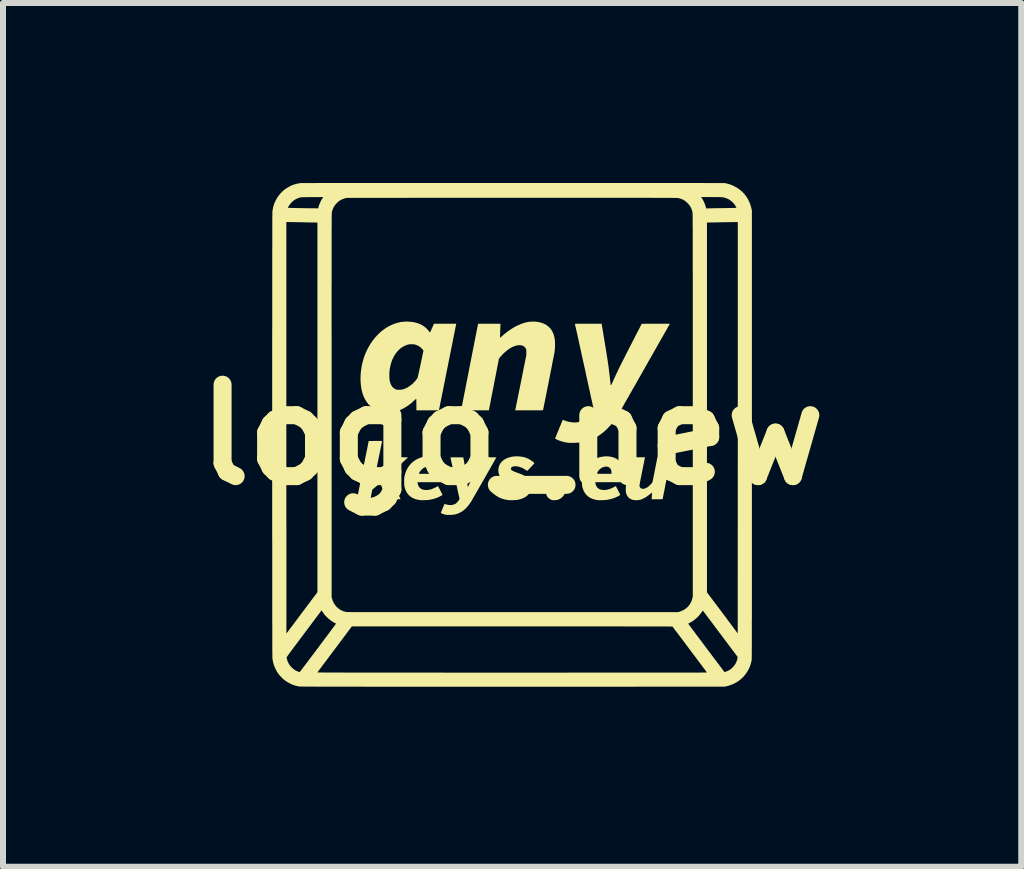
<source format=kicad_pcb>
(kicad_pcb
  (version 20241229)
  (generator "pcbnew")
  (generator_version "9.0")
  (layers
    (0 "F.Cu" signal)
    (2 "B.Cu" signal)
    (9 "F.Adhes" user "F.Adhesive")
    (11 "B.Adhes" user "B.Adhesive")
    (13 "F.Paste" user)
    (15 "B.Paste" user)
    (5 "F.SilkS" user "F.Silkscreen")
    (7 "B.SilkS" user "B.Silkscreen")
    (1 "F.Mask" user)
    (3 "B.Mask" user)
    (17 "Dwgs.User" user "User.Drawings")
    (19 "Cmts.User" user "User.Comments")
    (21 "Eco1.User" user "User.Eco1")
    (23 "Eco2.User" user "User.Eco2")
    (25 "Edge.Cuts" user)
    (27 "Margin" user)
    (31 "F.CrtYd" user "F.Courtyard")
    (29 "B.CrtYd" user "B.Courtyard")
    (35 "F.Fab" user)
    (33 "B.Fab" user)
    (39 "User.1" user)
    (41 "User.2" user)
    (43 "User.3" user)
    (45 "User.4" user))
  (footprint "logo_new"
    (layer "F.Cu")
    (at 5.486 4.197)
    (property "Reference" "logo_new" (at 0 0 180) (layer "F.SilkS") (effects (font (size 1.524 1.524) (thickness 0.3))))
    (attr through_hole)
    (fp_poly (pts (xy 0.786 0.751) (xy 0.805 0.756) (xy 0.822 0.764) (xy 0.843 0.778) (xy 0.861 0.796) (xy 0.876 0.817) (xy 0.886 0.842) (xy 0.893 0.868) (xy 0.895 0.897) (xy 0.893 0.927) (xy 0.889 0.95) (xy 0.878 0.979) (xy 0.863 1.006) (xy 0.844 1.031) (xy 0.821 1.052) (xy 0.796 1.069) (xy 0.768 1.082) (xy 0.757 1.085) (xy 0.744 1.088) (xy 0.729 1.089) (xy 0.711 1.091) (xy 0.695 1.091) (xy 0.68 1.09) (xy 0.671 1.089) (xy 0.651 1.083) (xy 0.631 1.072) (xy 0.612 1.059) (xy 0.602 1.05) (xy 0.585 1.028) (xy 0.573 1.004) (xy 0.566 0.978) (xy 0.563 0.948) (xy 0.563 0.943) (xy 0.565 0.914) (xy 0.57 0.888) (xy 0.579 0.862) (xy 0.584 0.852) (xy 0.601 0.824) (xy 0.622 0.8) (xy 0.646 0.78) (xy 0.673 0.765) (xy 0.704 0.755) (xy 0.736 0.749) (xy 0.742 0.749) (xy 0.766 0.749)) (stroke (width 0) (type solid)) (fill yes) (layer "F.SilkS"))
    (fp_poly (pts (xy -1.371 0.36) (xy -1.331 0.364) (xy -1.293 0.372) (xy -1.257 0.384) (xy -1.224 0.4) (xy -1.203 0.414) (xy -1.176 0.437) (xy -1.153 0.465) (xy -1.134 0.496) (xy -1.119 0.53) (xy -1.109 0.566) (xy -1.108 0.572) (xy -1.104 0.599) (xy -1.103 0.63) (xy -1.104 0.664) (xy -1.108 0.698) (xy -1.113 0.733) (xy -1.12 0.766) (xy -1.121 0.769) (xy -1.127 0.791) (xy -1.576 0.791) (xy -1.575 0.806) (xy -1.569 0.832) (xy -1.559 0.856) (xy -1.546 0.876) (xy -1.528 0.893) (xy -1.508 0.906) (xy -1.498 0.91) (xy -1.467 0.918) (xy -1.433 0.921) (xy -1.398 0.919) (xy -1.361 0.912) (xy -1.324 0.899) (xy -1.285 0.882) (xy -1.262 0.87) (xy -1.251 0.864) (xy -1.243 0.86) (xy -1.237 0.857) (xy -1.235 0.856) (xy -1.233 0.858) (xy -1.23 0.865) (xy -1.224 0.875) (xy -1.217 0.889) (xy -1.209 0.904) (xy -1.201 0.92) (xy -1.193 0.936) (xy -1.184 0.953) (xy -1.177 0.968) (xy -1.17 0.981) (xy -1.165 0.992) (xy -1.162 0.999) (xy -1.16 1.002) (xy -1.163 1.004) (xy -1.169 1.008) (xy -1.178 1.014) (xy -1.189 1.02) (xy -1.2 1.026) (xy -1.21 1.032) (xy -1.216 1.034) (xy -1.25 1.05) (xy -1.289 1.063) (xy -1.329 1.074) (xy -1.371 1.083) (xy -1.385 1.085) (xy -1.401 1.087) (xy -1.421 1.088) (xy -1.443 1.09) (xy -1.466 1.09) (xy -1.488 1.091) (xy -1.509 1.091) (xy -1.526 1.09) (xy -1.539 1.089) (xy -1.582 1.081) (xy -1.622 1.069) (xy -1.658 1.053) (xy -1.691 1.033) (xy -1.719 1.009) (xy -1.743 0.98) (xy -1.764 0.948) (xy -1.78 0.912) (xy -1.792 0.871) (xy -1.793 0.869) (xy -1.795 0.86) (xy -1.796 0.85) (xy -1.797 0.84) (xy -1.798 0.829) (xy -1.798 0.814) (xy -1.799 0.795) (xy -1.799 0.779) (xy -1.799 0.757) (xy -1.798 0.74) (xy -1.798 0.726) (xy -1.797 0.715) (xy -1.796 0.705) (xy -1.794 0.695) (xy -1.792 0.687) (xy -1.783 0.651) (xy -1.553 0.651) (xy -1.309 0.651) (xy -1.307 0.641) (xy -1.306 0.63) (xy -1.307 0.615) (xy -1.31 0.599) (xy -1.315 0.584) (xy -1.318 0.575) (xy -1.33 0.558) (xy -1.345 0.545) (xy -1.362 0.536) (xy -1.383 0.531) (xy -1.405 0.531) (xy -1.429 0.535) (xy -1.454 0.543) (xy -1.469 0.55) (xy -1.483 0.559) (xy -1.498 0.571) (xy -1.512 0.585) (xy -1.526 0.601) (xy -1.538 0.617) (xy -1.547 0.631) (xy -1.551 0.643) (xy -1.553 0.651) (xy -1.783 0.651) (xy -1.779 0.638) (xy -1.761 0.592) (xy -1.739 0.55) (xy -1.712 0.512) (xy -1.681 0.477) (xy -1.646 0.446) (xy -1.607 0.419) (xy -1.573 0.401) (xy -1.534 0.384) (xy -1.494 0.372) (xy -1.453 0.364) (xy -1.412 0.36)) (stroke (width 0) (type solid)) (fill yes) (layer "F.SilkS"))
    (fp_poly (pts (xy 1.593 0.36) (xy 1.633 0.364) (xy 1.671 0.372) (xy 1.707 0.384) (xy 1.74 0.4) (xy 1.761 0.414) (xy 1.787 0.437) (xy 1.81 0.465) (xy 1.829 0.496) (xy 1.844 0.53) (xy 1.854 0.566) (xy 1.856 0.572) (xy 1.859 0.599) (xy 1.86 0.63) (xy 1.859 0.664) (xy 1.856 0.698) (xy 1.851 0.733) (xy 1.843 0.766) (xy 1.843 0.769) (xy 1.837 0.791) (xy 1.387 0.791) (xy 1.389 0.806) (xy 1.394 0.832) (xy 1.404 0.856) (xy 1.418 0.876) (xy 1.435 0.893) (xy 1.455 0.906) (xy 1.465 0.91) (xy 1.497 0.918) (xy 1.53 0.921) (xy 1.565 0.919) (xy 1.602 0.912) (xy 1.64 0.899) (xy 1.679 0.882) (xy 1.701 0.87) (xy 1.712 0.864) (xy 1.721 0.86) (xy 1.727 0.857) (xy 1.728 0.856) (xy 1.73 0.858) (xy 1.734 0.865) (xy 1.739 0.875) (xy 1.746 0.889) (xy 1.754 0.904) (xy 1.762 0.92) (xy 1.771 0.936) (xy 1.779 0.953) (xy 1.787 0.968) (xy 1.793 0.981) (xy 1.799 0.992) (xy 1.802 0.999) (xy 1.803 1.002) (xy 1.801 1.004) (xy 1.795 1.008) (xy 1.786 1.014) (xy 1.775 1.02) (xy 1.764 1.026) (xy 1.753 1.032) (xy 1.748 1.034) (xy 1.713 1.05) (xy 1.675 1.063) (xy 1.634 1.074) (xy 1.592 1.083) (xy 1.578 1.085) (xy 1.562 1.087) (xy 1.543 1.088) (xy 1.521 1.09) (xy 1.498 1.09) (xy 1.475 1.091) (xy 1.455 1.091) (xy 1.437 1.09) (xy 1.425 1.089) (xy 1.381 1.081) (xy 1.341 1.069) (xy 1.305 1.053) (xy 1.273 1.033) (xy 1.245 1.009) (xy 1.22 0.98) (xy 1.2 0.948) (xy 1.184 0.912) (xy 1.171 0.871) (xy 1.171 0.869) (xy 1.169 0.86) (xy 1.167 0.85) (xy 1.166 0.84) (xy 1.165 0.829) (xy 1.165 0.814) (xy 1.165 0.795) (xy 1.165 0.779) (xy 1.165 0.757) (xy 1.165 0.74) (xy 1.166 0.726) (xy 1.166 0.715) (xy 1.168 0.705) (xy 1.169 0.695) (xy 1.171 0.687) (xy 1.181 0.651) (xy 1.41 0.651) (xy 1.655 0.651) (xy 1.657 0.641) (xy 1.657 0.63) (xy 1.656 0.615) (xy 1.653 0.599) (xy 1.649 0.584) (xy 1.645 0.575) (xy 1.634 0.558) (xy 1.619 0.545) (xy 1.601 0.536) (xy 1.581 0.531) (xy 1.558 0.531) (xy 1.534 0.535) (xy 1.509 0.543) (xy 1.495 0.55) (xy 1.481 0.559) (xy 1.466 0.571) (xy 1.451 0.585) (xy 1.437 0.601) (xy 1.426 0.617) (xy 1.417 0.631) (xy 1.412 0.643) (xy 1.41 0.651) (xy 1.181 0.651) (xy 1.184 0.638) (xy 1.202 0.592) (xy 1.225 0.55) (xy 1.251 0.512) (xy 1.282 0.477) (xy 1.317 0.446) (xy 1.357 0.419) (xy 1.39 0.401) (xy 1.429 0.384) (xy 1.469 0.372) (xy 1.511 0.364) (xy 1.552 0.36)) (stroke (width 0) (type solid)) (fill yes) (layer "F.SilkS"))
    (fp_poly (pts (xy -0.35 0.375) (xy -0.327 0.376) (xy -0.307 0.376) (xy -0.29 0.376) (xy -0.276 0.377) (xy -0.267 0.377) (xy -0.263 0.377) (xy -0.263 0.378) (xy -0.264 0.38) (xy -0.268 0.388) (xy -0.275 0.399) (xy -0.284 0.415) (xy -0.295 0.435) (xy -0.308 0.458) (xy -0.323 0.485) (xy -0.34 0.514) (xy -0.358 0.546) (xy -0.378 0.581) (xy -0.399 0.618) (xy -0.421 0.657) (xy -0.444 0.697) (xy -0.466 0.737) (xy -0.49 0.779) (xy -0.514 0.82) (xy -0.537 0.86) (xy -0.559 0.899) (xy -0.58 0.936) (xy -0.6 0.97) (xy -0.618 1.002) (xy -0.635 1.031) (xy -0.65 1.058) (xy -0.663 1.08) (xy -0.674 1.099) (xy -0.683 1.114) (xy -0.689 1.124) (xy -0.693 1.129) (xy -0.723 1.172) (xy -0.754 1.209) (xy -0.786 1.241) (xy -0.82 1.268) (xy -0.855 1.291) (xy -0.893 1.309) (xy -0.933 1.323) (xy -0.956 1.329) (xy -0.97 1.331) (xy -0.988 1.333) (xy -1.009 1.335) (xy -1.032 1.336) (xy -1.054 1.336) (xy -1.075 1.336) (xy -1.093 1.334) (xy -1.106 1.333) (xy -1.107 1.332) (xy -1.134 1.326) (xy -1.158 1.317) (xy -1.172 1.311) (xy -1.188 1.303) (xy -1.159 1.229) (xy -1.151 1.21) (xy -1.144 1.193) (xy -1.137 1.178) (xy -1.132 1.166) (xy -1.129 1.158) (xy -1.127 1.154) (xy -1.127 1.154) (xy -1.123 1.154) (xy -1.116 1.156) (xy -1.105 1.158) (xy -1.098 1.161) (xy -1.066 1.169) (xy -1.035 1.172) (xy -1.004 1.17) (xy -0.974 1.164) (xy -0.953 1.156) (xy -0.939 1.147) (xy -0.924 1.134) (xy -0.909 1.118) (xy -0.895 1.101) (xy -0.888 1.09) (xy -0.876 1.069) (xy -0.952 0.723) (xy -1.028 0.377) (xy -0.922 0.376) (xy -0.898 0.376) (xy -0.876 0.376) (xy -0.856 0.376) (xy -0.839 0.376) (xy -0.826 0.376) (xy -0.818 0.376) (xy -0.814 0.377) (xy -0.814 0.377) (xy -0.813 0.38) (xy -0.812 0.388) (xy -0.809 0.4) (xy -0.806 0.417) (xy -0.803 0.436) (xy -0.799 0.458) (xy -0.795 0.483) (xy -0.791 0.508) (xy -0.786 0.535) (xy -0.782 0.561) (xy -0.778 0.587) (xy -0.774 0.613) (xy -0.77 0.636) (xy -0.767 0.658) (xy -0.764 0.676) (xy -0.761 0.691) (xy -0.761 0.695) (xy -0.758 0.715) (xy -0.755 0.739) (xy -0.752 0.764) (xy -0.749 0.788) (xy -0.747 0.807) (xy -0.744 0.829) (xy -0.742 0.845) (xy -0.741 0.857) (xy -0.739 0.864) (xy -0.738 0.869) (xy -0.737 0.871) (xy -0.735 0.87) (xy -0.734 0.867) (xy -0.731 0.86) (xy -0.726 0.85) (xy -0.721 0.839) (xy -0.711 0.817) (xy -0.701 0.795) (xy -0.69 0.772) (xy -0.678 0.747) (xy -0.665 0.721) (xy -0.651 0.693) (xy -0.635 0.661) (xy -0.617 0.626) (xy -0.597 0.587) (xy -0.575 0.543) (xy -0.574 0.541) (xy -0.489 0.375) (xy -0.375 0.375)) (stroke (width 0) (type solid)) (fill yes) (layer "F.SilkS"))
    (fp_poly (pts (xy -2.205 0.103) (xy -2.19 0.103) (xy -2.18 0.104) (xy -2.172 0.104) (xy -2.168 0.105) (xy -2.167 0.106) (xy -2.168 0.109) (xy -2.169 0.117) (xy -2.172 0.13) (xy -2.175 0.147) (xy -2.179 0.167) (xy -2.184 0.191) (xy -2.19 0.218) (xy -2.195 0.246) (xy -2.202 0.277) (xy -2.208 0.309) (xy -2.215 0.341) (xy -2.222 0.374) (xy -2.228 0.407) (xy -2.235 0.439) (xy -2.241 0.47) (xy -2.247 0.5) (xy -2.253 0.527) (xy -2.258 0.552) (xy -2.263 0.574) (xy -2.266 0.593) (xy -2.269 0.607) (xy -2.271 0.617) (xy -2.272 0.621) (xy -2.273 0.628) (xy -2.273 0.632) (xy -2.273 0.633) (xy -2.27 0.631) (xy -2.264 0.626) (xy -2.255 0.617) (xy -2.242 0.606) (xy -2.226 0.592) (xy -2.208 0.575) (xy -2.188 0.557) (xy -2.167 0.537) (xy -2.143 0.515) (xy -2.132 0.505) (xy -1.993 0.375) (xy -1.863 0.375) (xy -1.833 0.375) (xy -1.807 0.375) (xy -1.787 0.376) (xy -1.771 0.376) (xy -1.758 0.376) (xy -1.749 0.376) (xy -1.743 0.377) (xy -1.74 0.377) (xy -1.738 0.378) (xy -1.738 0.379) (xy -1.739 0.38) (xy -1.739 0.381) (xy -1.742 0.383) (xy -1.749 0.39) (xy -1.759 0.399) (xy -1.773 0.412) (xy -1.789 0.427) (xy -1.807 0.444) (xy -1.828 0.464) (xy -1.85 0.484) (xy -1.874 0.507) (xy -1.895 0.526) (xy -1.919 0.549) (xy -1.943 0.571) (xy -1.965 0.591) (xy -1.984 0.61) (xy -2.002 0.627) (xy -2.017 0.641) (xy -2.029 0.653) (xy -2.038 0.661) (xy -2.043 0.667) (xy -2.045 0.669) (xy -2.044 0.672) (xy -2.04 0.679) (xy -2.035 0.692) (xy -2.028 0.708) (xy -2.019 0.727) (xy -2.008 0.75) (xy -1.997 0.775) (xy -1.984 0.803) (xy -1.97 0.833) (xy -1.955 0.864) (xy -1.954 0.868) (xy -1.939 0.9) (xy -1.925 0.93) (xy -1.912 0.958) (xy -1.9 0.984) (xy -1.889 1.007) (xy -1.88 1.028) (xy -1.872 1.045) (xy -1.866 1.057) (xy -1.862 1.066) (xy -1.861 1.07) (xy -1.861 1.07) (xy -1.861 1.071) (xy -1.861 1.072) (xy -1.864 1.073) (xy -1.868 1.074) (xy -1.875 1.074) (xy -1.884 1.074) (xy -1.898 1.075) (xy -1.915 1.075) (xy -1.936 1.075) (xy -1.963 1.074) (xy -1.973 1.074) (xy -2.086 1.074) (xy -2.14 0.945) (xy -2.151 0.92) (xy -2.161 0.896) (xy -2.17 0.873) (xy -2.179 0.854) (xy -2.186 0.837) (xy -2.191 0.824) (xy -2.195 0.815) (xy -2.197 0.811) (xy -2.197 0.811) (xy -2.198 0.809) (xy -2.2 0.808) (xy -2.202 0.809) (xy -2.206 0.811) (xy -2.212 0.815) (xy -2.22 0.822) (xy -2.231 0.831) (xy -2.245 0.843) (xy -2.264 0.859) (xy -2.265 0.86) (xy -2.331 0.916) (xy -2.335 0.939) (xy -2.337 0.95) (xy -2.34 0.964) (xy -2.344 0.982) (xy -2.347 1.001) (xy -2.351 1.019) (xy -2.361 1.075) (xy -2.585 1.075) (xy -2.584 1.066) (xy -2.583 1.062) (xy -2.581 1.053) (xy -2.578 1.039) (xy -2.575 1.02) (xy -2.57 0.997) (xy -2.565 0.97) (xy -2.558 0.939) (xy -2.551 0.904) (xy -2.544 0.866) (xy -2.536 0.826) (xy -2.527 0.782) (xy -2.518 0.737) (xy -2.508 0.689) (xy -2.498 0.639) (xy -2.488 0.588) (xy -2.486 0.58) (xy -2.39 0.104) (xy -2.279 0.103) (xy -2.249 0.103) (xy -2.225 0.103)) (stroke (width 0) (type solid)) (fill yes) (layer "F.SilkS"))
    (fp_poly (pts (xy 0.117 0.361) (xy 0.152 0.365) (xy 0.184 0.37) (xy 0.213 0.377) (xy 0.241 0.387) (xy 0.267 0.398) (xy 0.281 0.406) (xy 0.296 0.414) (xy 0.312 0.424) (xy 0.327 0.435) (xy 0.342 0.445) (xy 0.354 0.454) (xy 0.363 0.463) (xy 0.369 0.469) (xy 0.371 0.473) (xy 0.37 0.476) (xy 0.367 0.48) (xy 0.361 0.487) (xy 0.353 0.497) (xy 0.341 0.509) (xy 0.327 0.525) (xy 0.309 0.544) (xy 0.287 0.567) (xy 0.278 0.577) (xy 0.266 0.589) (xy 0.258 0.597) (xy 0.252 0.601) (xy 0.249 0.601) (xy 0.249 0.601) (xy 0.239 0.594) (xy 0.227 0.586) (xy 0.212 0.577) (xy 0.198 0.568) (xy 0.186 0.561) (xy 0.18 0.558) (xy 0.159 0.548) (xy 0.135 0.54) (xy 0.111 0.533) (xy 0.087 0.527) (xy 0.077 0.526) (xy 0.053 0.524) (xy 0.032 0.526) (xy 0.013 0.53) (xy -0.002 0.537) (xy -0.013 0.546) (xy -0.016 0.549) (xy -0.019 0.561) (xy -0.018 0.573) (xy -0.014 0.584) (xy -0.011 0.588) (xy -0.003 0.594) (xy 0.01 0.601) (xy 0.027 0.61) (xy 0.049 0.619) (xy 0.075 0.629) (xy 0.101 0.638) (xy 0.144 0.654) (xy 0.182 0.671) (xy 0.214 0.687) (xy 0.242 0.705) (xy 0.265 0.723) (xy 0.283 0.743) (xy 0.298 0.764) (xy 0.309 0.786) (xy 0.316 0.811) (xy 0.32 0.838) (xy 0.32 0.846) (xy 0.32 0.882) (xy 0.314 0.915) (xy 0.303 0.946) (xy 0.288 0.975) (xy 0.267 1) (xy 0.242 1.023) (xy 0.213 1.043) (xy 0.179 1.059) (xy 0.141 1.073) (xy 0.099 1.083) (xy 0.078 1.086) (xy 0.069 1.087) (xy 0.055 1.088) (xy 0.039 1.089) (xy 0.022 1.09) (xy 0.003 1.091) (xy -0.014 1.091) (xy -0.029 1.091) (xy -0.042 1.091) (xy -0.049 1.09) (xy -0.05 1.09) (xy -0.057 1.089) (xy -0.067 1.088) (xy -0.079 1.086) (xy -0.081 1.086) (xy -0.117 1.08) (xy -0.154 1.07) (xy -0.19 1.057) (xy -0.218 1.044) (xy -0.232 1.037) (xy -0.248 1.027) (xy -0.264 1.017) (xy -0.279 1.006) (xy -0.294 0.996) (xy -0.307 0.986) (xy -0.317 0.977) (xy -0.325 0.969) (xy -0.329 0.964) (xy -0.329 0.962) (xy -0.326 0.959) (xy -0.321 0.952) (xy -0.313 0.942) (xy -0.303 0.931) (xy -0.291 0.917) (xy -0.279 0.902) (xy -0.266 0.888) (xy -0.253 0.873) (xy -0.241 0.859) (xy -0.23 0.847) (xy -0.221 0.837) (xy -0.214 0.829) (xy -0.21 0.825) (xy -0.209 0.825) (xy -0.206 0.827) (xy -0.2 0.831) (xy -0.193 0.838) (xy -0.192 0.838) (xy -0.161 0.863) (xy -0.127 0.884) (xy -0.091 0.901) (xy -0.054 0.914) (xy -0.017 0.923) (xy 0.02 0.926) (xy 0.042 0.926) (xy 0.065 0.923) (xy 0.084 0.918) (xy 0.098 0.911) (xy 0.106 0.902) (xy 0.11 0.89) (xy 0.11 0.882) (xy 0.108 0.874) (xy 0.105 0.867) (xy 0.1 0.86) (xy 0.092 0.854) (xy 0.081 0.847) (xy 0.066 0.84) (xy 0.047 0.832) (xy 0.023 0.824) (xy 0.001 0.816) (xy -0.04 0.801) (xy -0.077 0.786) (xy -0.108 0.771) (xy -0.135 0.756) (xy -0.158 0.74) (xy -0.177 0.722) (xy -0.193 0.704) (xy -0.206 0.684) (xy -0.21 0.677) (xy -0.222 0.649) (xy -0.228 0.618) (xy -0.23 0.587) (xy -0.226 0.555) (xy -0.218 0.523) (xy -0.208 0.499) (xy -0.191 0.471) (xy -0.169 0.446) (xy -0.144 0.424) (xy -0.114 0.405) (xy -0.081 0.388) (xy -0.044 0.376) (xy -0.005 0.366) (xy 0.036 0.361) (xy 0.08 0.359)) (stroke (width 0) (type solid)) (fill yes) (layer "F.SilkS"))
    (fp_poly (pts (xy 2.214 0.382) (xy 2.213 0.386) (xy 2.211 0.394) (xy 2.209 0.408) (xy 2.205 0.426) (xy 2.201 0.448) (xy 2.196 0.473) (xy 2.19 0.501) (xy 2.184 0.532) (xy 2.177 0.565) (xy 2.17 0.599) (xy 2.167 0.616) (xy 2.159 0.657) (xy 2.152 0.692) (xy 2.146 0.723) (xy 2.14 0.75) (xy 2.136 0.773) (xy 2.132 0.791) (xy 2.13 0.807) (xy 2.127 0.82) (xy 2.126 0.83) (xy 2.125 0.838) (xy 2.124 0.844) (xy 2.124 0.849) (xy 2.124 0.853) (xy 2.124 0.856) (xy 2.125 0.859) (xy 2.131 0.875) (xy 2.14 0.887) (xy 2.153 0.895) (xy 2.169 0.9) (xy 2.187 0.901) (xy 2.207 0.897) (xy 2.229 0.89) (xy 2.251 0.878) (xy 2.257 0.874) (xy 2.266 0.868) (xy 2.277 0.858) (xy 2.29 0.847) (xy 2.302 0.835) (xy 2.314 0.823) (xy 2.325 0.811) (xy 2.333 0.801) (xy 2.338 0.794) (xy 2.338 0.793) (xy 2.339 0.789) (xy 2.342 0.78) (xy 2.345 0.765) (xy 2.349 0.747) (xy 2.353 0.725) (xy 2.358 0.7) (xy 2.364 0.672) (xy 2.37 0.641) (xy 2.376 0.609) (xy 2.382 0.579) (xy 2.422 0.375) (xy 2.533 0.375) (xy 2.565 0.375) (xy 2.591 0.376) (xy 2.612 0.376) (xy 2.628 0.377) (xy 2.639 0.377) (xy 2.644 0.378) (xy 2.645 0.378) (xy 2.644 0.381) (xy 2.643 0.39) (xy 2.64 0.403) (xy 2.637 0.42) (xy 2.633 0.441) (xy 2.628 0.466) (xy 2.623 0.494) (xy 2.617 0.525) (xy 2.61 0.558) (xy 2.603 0.593) (xy 2.596 0.629) (xy 2.589 0.666) (xy 2.582 0.704) (xy 2.574 0.742) (xy 2.567 0.78) (xy 2.559 0.817) (xy 2.552 0.854) (xy 2.546 0.889) (xy 2.539 0.922) (xy 2.533 0.952) (xy 2.527 0.981) (xy 2.522 1.006) (xy 2.518 1.027) (xy 2.515 1.045) (xy 2.512 1.058) (xy 2.51 1.067) (xy 2.51 1.07) (xy 2.509 1.071) (xy 2.507 1.073) (xy 2.504 1.073) (xy 2.498 1.074) (xy 2.49 1.074) (xy 2.478 1.075) (xy 2.463 1.075) (xy 2.443 1.075) (xy 2.418 1.075) (xy 2.326 1.075) (xy 2.327 1.053) (xy 2.329 1.028) (xy 2.33 1.006) (xy 2.331 0.988) (xy 2.331 0.975) (xy 2.331 0.967) (xy 2.33 0.964) (xy 2.33 0.964) (xy 2.327 0.966) (xy 2.321 0.971) (xy 2.313 0.977) (xy 2.311 0.979) (xy 2.276 1.008) (xy 2.24 1.033) (xy 2.205 1.054) (xy 2.171 1.071) (xy 2.138 1.083) (xy 2.134 1.084) (xy 2.117 1.087) (xy 2.096 1.09) (xy 2.074 1.091) (xy 2.053 1.091) (xy 2.035 1.089) (xy 2.033 1.089) (xy 2.002 1.082) (xy 1.975 1.07) (xy 1.951 1.055) (xy 1.931 1.035) (xy 1.916 1.011) (xy 1.913 1.005) (xy 1.905 0.988) (xy 1.9 0.969) (xy 1.896 0.949) (xy 1.895 0.927) (xy 1.895 0.9) (xy 1.895 0.892) (xy 1.895 0.883) (xy 1.896 0.876) (xy 1.896 0.868) (xy 1.897 0.86) (xy 1.898 0.852) (xy 1.899 0.842) (xy 1.901 0.831) (xy 1.903 0.817) (xy 1.906 0.801) (xy 1.91 0.783) (xy 1.914 0.761) (xy 1.919 0.735) (xy 1.925 0.706) (xy 1.932 0.672) (xy 1.94 0.632) (xy 1.944 0.611) (xy 1.951 0.576) (xy 1.958 0.542) (xy 1.964 0.51) (xy 1.97 0.48) (xy 1.975 0.454) (xy 1.98 0.43) (xy 1.984 0.41) (xy 1.987 0.395) (xy 1.989 0.384) (xy 1.991 0.377) (xy 1.991 0.376) (xy 1.994 0.376) (xy 2.001 0.376) (xy 2.014 0.376) (xy 2.03 0.376) (xy 2.049 0.375) (xy 2.071 0.375) (xy 2.096 0.375) (xy 2.103 0.375) (xy 2.216 0.375)) (stroke (width 0) (type solid)) (fill yes) (layer "F.SilkS"))
    (fp_poly (pts (xy -1.717 -1.885) (xy -1.67 -1.881) (xy -1.624 -1.873) (xy -1.582 -1.862) (xy -1.575 -1.86) (xy -1.532 -1.843) (xy -1.493 -1.823) (xy -1.457 -1.799) (xy -1.426 -1.771) (xy -1.398 -1.741) (xy -1.386 -1.725) (xy -1.38 -1.716) (xy -1.374 -1.71) (xy -1.371 -1.707) (xy -1.37 -1.707) (xy -1.368 -1.708) (xy -1.365 -1.712) (xy -1.361 -1.72) (xy -1.355 -1.731) (xy -1.348 -1.747) (xy -1.339 -1.768) (xy -1.334 -1.779) (xy -1.302 -1.851) (xy -0.931 -1.851) (xy -1.074 -1.135) (xy -1.087 -1.073) (xy -1.099 -1.011) (xy -1.111 -0.951) (xy -1.122 -0.893) (xy -1.134 -0.838) (xy -1.144 -0.784) (xy -1.154 -0.734) (xy -1.164 -0.686) (xy -1.173 -0.641) (xy -1.181 -0.599) (xy -1.189 -0.561) (xy -1.196 -0.527) (xy -1.202 -0.497) (xy -1.207 -0.471) (xy -1.211 -0.449) (xy -1.215 -0.433) (xy -1.217 -0.421) (xy -1.218 -0.414) (xy -1.219 -0.413) (xy -1.22 -0.407) (xy -1.595 -0.407) (xy -1.595 -0.502) (xy -1.596 -0.528) (xy -1.596 -0.549) (xy -1.596 -0.565) (xy -1.596 -0.577) (xy -1.596 -0.586) (xy -1.597 -0.591) (xy -1.598 -0.595) (xy -1.599 -0.597) (xy -1.6 -0.597) (xy -1.6 -0.597) (xy -1.604 -0.595) (xy -1.611 -0.59) (xy -1.62 -0.582) (xy -1.631 -0.572) (xy -1.636 -0.568) (xy -1.682 -0.526) (xy -1.73 -0.489) (xy -1.78 -0.457) (xy -1.83 -0.429) (xy -1.881 -0.407) (xy -1.933 -0.39) (xy -1.969 -0.381) (xy -1.989 -0.378) (xy -2.013 -0.376) (xy -2.04 -0.374) (xy -2.067 -0.373) (xy -2.094 -0.374) (xy -2.118 -0.375) (xy -2.137 -0.377) (xy -2.187 -0.387) (xy -2.234 -0.401) (xy -2.278 -0.42) (xy -2.319 -0.443) (xy -2.356 -0.472) (xy -2.39 -0.504) (xy -2.42 -0.542) (xy -2.432 -0.559) (xy -2.457 -0.602) (xy -2.479 -0.649) (xy -2.496 -0.7) (xy -2.51 -0.755) (xy -2.519 -0.813) (xy -2.525 -0.875) (xy -2.527 -0.939) (xy -2.525 -0.986) (xy -2.525 -0.996) (xy -2.046 -0.996) (xy -2.046 -0.974) (xy -2.045 -0.953) (xy -2.044 -0.935) (xy -2.043 -0.92) (xy -2.042 -0.917) (xy -2.04 -0.903) (xy -2.036 -0.886) (xy -2.033 -0.873) (xy -2.023 -0.843) (xy -2.009 -0.816) (xy -1.991 -0.793) (xy -1.971 -0.775) (xy -1.947 -0.761) (xy -1.924 -0.752) (xy -1.908 -0.75) (xy -1.888 -0.749) (xy -1.867 -0.75) (xy -1.846 -0.752) (xy -1.826 -0.756) (xy -1.823 -0.756) (xy -1.783 -0.77) (xy -1.744 -0.788) (xy -1.706 -0.813) (xy -1.668 -0.842) (xy -1.643 -0.866) (xy -1.628 -0.881) (xy -1.613 -0.898) (xy -1.599 -0.915) (xy -1.587 -0.931) (xy -1.58 -0.941) (xy -1.578 -0.944) (xy -1.576 -0.949) (xy -1.574 -0.957) (xy -1.571 -0.967) (xy -1.568 -0.98) (xy -1.564 -0.997) (xy -1.56 -1.018) (xy -1.554 -1.042) (xy -1.548 -1.071) (xy -1.541 -1.104) (xy -1.532 -1.143) (xy -1.525 -1.176) (xy -1.478 -1.4) (xy -1.483 -1.41) (xy -1.488 -1.417) (xy -1.495 -1.425) (xy -1.504 -1.436) (xy -1.512 -1.443) (xy -1.533 -1.462) (xy -1.555 -1.478) (xy -1.581 -1.49) (xy -1.604 -1.499) (xy -1.615 -1.503) (xy -1.623 -1.505) (xy -1.631 -1.507) (xy -1.64 -1.508) (xy -1.651 -1.508) (xy -1.666 -1.509) (xy -1.675 -1.509) (xy -1.693 -1.508) (xy -1.706 -1.508) (xy -1.717 -1.507) (xy -1.726 -1.506) (xy -1.735 -1.503) (xy -1.745 -1.501) (xy -1.786 -1.485) (xy -1.824 -1.465) (xy -1.86 -1.44) (xy -1.885 -1.418) (xy -1.919 -1.381) (xy -1.95 -1.341) (xy -1.976 -1.296) (xy -1.999 -1.247) (xy -2.017 -1.195) (xy -2.031 -1.139) (xy -2.042 -1.08) (xy -2.042 -1.075) (xy -2.044 -1.06) (xy -2.045 -1.041) (xy -2.046 -1.019) (xy -2.046 -0.996) (xy -2.525 -0.996) (xy -2.519 -1.062) (xy -2.509 -1.134) (xy -2.494 -1.204) (xy -2.475 -1.273) (xy -2.458 -1.321) (xy -2.431 -1.386) (xy -2.4 -1.448) (xy -2.366 -1.507) (xy -2.329 -1.562) (xy -2.289 -1.614) (xy -2.245 -1.662) (xy -2.2 -1.706) (xy -2.152 -1.746) (xy -2.101 -1.781) (xy -2.049 -1.812) (xy -1.995 -1.837) (xy -1.94 -1.858) (xy -1.884 -1.873) (xy -1.857 -1.879) (xy -1.812 -1.884) (xy -1.765 -1.887)) (stroke (width 0) (type solid)) (fill yes) (layer "F.SilkS"))
    (fp_poly (pts (xy 0.377 -1.886) (xy 0.42 -1.882) (xy 0.462 -1.874) (xy 0.5 -1.863) (xy 0.503 -1.862) (xy 0.542 -1.846) (xy 0.578 -1.825) (xy 0.61 -1.8) (xy 0.638 -1.771) (xy 0.662 -1.738) (xy 0.678 -1.707) (xy 0.694 -1.669) (xy 0.705 -1.627) (xy 0.713 -1.58) (xy 0.716 -1.53) (xy 0.716 -1.476) (xy 0.712 -1.418) (xy 0.707 -1.374) (xy 0.706 -1.369) (xy 0.704 -1.358) (xy 0.701 -1.343) (xy 0.697 -1.324) (xy 0.692 -1.3) (xy 0.687 -1.273) (xy 0.681 -1.242) (xy 0.674 -1.208) (xy 0.667 -1.172) (xy 0.66 -1.133) (xy 0.652 -1.092) (xy 0.643 -1.05) (xy 0.635 -1.006) (xy 0.626 -0.962) (xy 0.617 -0.917) (xy 0.608 -0.871) (xy 0.599 -0.826) (xy 0.59 -0.782) (xy 0.582 -0.738) (xy 0.573 -0.696) (xy 0.565 -0.655) (xy 0.557 -0.616) (xy 0.55 -0.579) (xy 0.543 -0.545) (xy 0.537 -0.515) (xy 0.531 -0.487) (xy 0.527 -0.463) (xy 0.523 -0.443) (xy 0.519 -0.428) (xy 0.517 -0.418) (xy 0.516 -0.412) (xy 0.516 -0.412) (xy 0.515 -0.411) (xy 0.514 -0.41) (xy 0.512 -0.409) (xy 0.508 -0.409) (xy 0.503 -0.408) (xy 0.495 -0.408) (xy 0.485 -0.408) (xy 0.472 -0.407) (xy 0.455 -0.407) (xy 0.435 -0.407) (xy 0.411 -0.407) (xy 0.383 -0.407) (xy 0.35 -0.407) (xy 0.312 -0.407) (xy 0.283 -0.407) (xy 0.052 -0.407) (xy 0.145 -0.867) (xy 0.237 -1.327) (xy 0.237 -1.371) (xy 0.237 -1.388) (xy 0.237 -1.401) (xy 0.236 -1.411) (xy 0.235 -1.418) (xy 0.233 -1.425) (xy 0.231 -1.431) (xy 0.22 -1.451) (xy 0.205 -1.467) (xy 0.187 -1.48) (xy 0.165 -1.488) (xy 0.141 -1.492) (xy 0.114 -1.493) (xy 0.085 -1.49) (xy 0.055 -1.482) (xy 0.022 -1.471) (xy -0.001 -1.46) (xy -0.04 -1.438) (xy -0.078 -1.411) (xy -0.116 -1.38) (xy -0.153 -1.345) (xy -0.188 -1.307) (xy -0.198 -1.295) (xy -0.219 -1.269) (xy -0.303 -0.839) (xy -0.312 -0.79) (xy -0.322 -0.743) (xy -0.33 -0.698) (xy -0.339 -0.655) (xy -0.347 -0.614) (xy -0.354 -0.576) (xy -0.361 -0.541) (xy -0.367 -0.51) (xy -0.372 -0.482) (xy -0.377 -0.458) (xy -0.381 -0.438) (xy -0.384 -0.423) (xy -0.386 -0.413) (xy -0.387 -0.408) (xy -0.387 -0.407) (xy -0.39 -0.407) (xy -0.398 -0.407) (xy -0.41 -0.407) (xy -0.428 -0.407) (xy -0.449 -0.407) (xy -0.474 -0.407) (xy -0.502 -0.407) (xy -0.533 -0.407) (xy -0.566 -0.407) (xy -0.601 -0.407) (xy -0.619 -0.407) (xy -0.654 -0.407) (xy -0.688 -0.407) (xy -0.72 -0.407) (xy -0.75 -0.407) (xy -0.776 -0.407) (xy -0.799 -0.407) (xy -0.819 -0.407) (xy -0.834 -0.407) (xy -0.844 -0.407) (xy -0.85 -0.407) (xy -0.85 -0.407) (xy -0.85 -0.41) (xy -0.848 -0.418) (xy -0.846 -0.432) (xy -0.842 -0.45) (xy -0.837 -0.473) (xy -0.832 -0.5) (xy -0.826 -0.531) (xy -0.819 -0.567) (xy -0.811 -0.606) (xy -0.803 -0.648) (xy -0.794 -0.694) (xy -0.784 -0.743) (xy -0.774 -0.795) (xy -0.764 -0.849) (xy -0.753 -0.905) (xy -0.741 -0.964) (xy -0.729 -1.024) (xy -0.717 -1.087) (xy -0.709 -1.129) (xy -0.567 -1.85) (xy -0.38 -1.851) (xy -0.348 -1.851) (xy -0.318 -1.851) (xy -0.29 -1.851) (xy -0.265 -1.851) (xy -0.242 -1.851) (xy -0.224 -1.85) (xy -0.209 -1.85) (xy -0.199 -1.85) (xy -0.194 -1.85) (xy -0.193 -1.849) (xy -0.194 -1.846) (xy -0.194 -1.838) (xy -0.194 -1.825) (xy -0.195 -1.809) (xy -0.196 -1.789) (xy -0.197 -1.767) (xy -0.198 -1.744) (xy -0.198 -1.743) (xy -0.199 -1.714) (xy -0.2 -1.689) (xy -0.201 -1.67) (xy -0.201 -1.654) (xy -0.201 -1.642) (xy -0.202 -1.634) (xy -0.201 -1.628) (xy -0.201 -1.624) (xy -0.201 -1.622) (xy -0.2 -1.621) (xy -0.199 -1.621) (xy -0.198 -1.621) (xy -0.198 -1.621) (xy -0.194 -1.623) (xy -0.187 -1.628) (xy -0.178 -1.635) (xy -0.167 -1.645) (xy -0.163 -1.649) (xy -0.112 -1.692) (xy -0.059 -1.732) (xy -0.006 -1.768) (xy 0.047 -1.8) (xy 0.101 -1.827) (xy 0.154 -1.849) (xy 0.206 -1.867) (xy 0.248 -1.877) (xy 0.289 -1.884) (xy 0.333 -1.886)) (stroke (width 0) (type solid)) (fill yes) (layer "F.SilkS"))
    (fp_poly (pts (xy 1.496 -1.832) (xy 1.497 -1.827) (xy 1.498 -1.816) (xy 1.501 -1.8) (xy 1.504 -1.781) (xy 1.508 -1.757) (xy 1.513 -1.73) (xy 1.518 -1.699) (xy 1.523 -1.666) (xy 1.529 -1.631) (xy 1.535 -1.594) (xy 1.541 -1.556) (xy 1.543 -1.547) (xy 1.551 -1.495) (xy 1.559 -1.449) (xy 1.566 -1.407) (xy 1.572 -1.369) (xy 1.577 -1.335) (xy 1.582 -1.304) (xy 1.587 -1.277) (xy 1.591 -1.251) (xy 1.594 -1.228) (xy 1.597 -1.206) (xy 1.6 -1.186) (xy 1.603 -1.166) (xy 1.606 -1.146) (xy 1.609 -1.126) (xy 1.611 -1.105) (xy 1.614 -1.085) (xy 1.616 -1.064) (xy 1.619 -1.04) (xy 1.622 -1.013) (xy 1.626 -0.985) (xy 1.629 -0.957) (xy 1.632 -0.929) (xy 1.635 -0.902) (xy 1.638 -0.878) (xy 1.64 -0.857) (xy 1.641 -0.841) (xy 1.642 -0.838) (xy 1.643 -0.831) (xy 1.647 -0.829) (xy 1.648 -0.829) (xy 1.65 -0.83) (xy 1.653 -0.833) (xy 1.657 -0.84) (xy 1.662 -0.849) (xy 1.668 -0.863) (xy 1.677 -0.881) (xy 1.679 -0.887) (xy 1.692 -0.916) (xy 1.705 -0.945) (xy 1.718 -0.973) (xy 1.731 -1.001) (xy 1.745 -1.03) (xy 1.759 -1.059) (xy 1.773 -1.09) (xy 1.789 -1.121) (xy 1.805 -1.155) (xy 1.823 -1.19) (xy 1.842 -1.228) (xy 1.863 -1.269) (xy 1.885 -1.313) (xy 1.909 -1.36) (xy 1.935 -1.411) (xy 1.963 -1.466) (xy 1.994 -1.526) (xy 2.017 -1.571) (xy 2.161 -1.85) (xy 2.396 -1.851) (xy 2.432 -1.851) (xy 2.466 -1.851) (xy 2.499 -1.851) (xy 2.528 -1.851) (xy 2.555 -1.851) (xy 2.578 -1.851) (xy 2.598 -1.85) (xy 2.613 -1.85) (xy 2.623 -1.85) (xy 2.629 -1.85) (xy 2.63 -1.849) (xy 2.628 -1.847) (xy 2.624 -1.839) (xy 2.617 -1.827) (xy 2.608 -1.811) (xy 2.596 -1.791) (xy 2.583 -1.766) (xy 2.567 -1.738) (xy 2.548 -1.706) (xy 2.528 -1.671) (xy 2.507 -1.632) (xy 2.483 -1.591) (xy 2.458 -1.547) (xy 2.431 -1.5) (xy 2.403 -1.45) (xy 2.374 -1.399) (xy 2.343 -1.345) (xy 2.312 -1.289) (xy 2.279 -1.232) (xy 2.246 -1.174) (xy 2.212 -1.114) (xy 2.211 -1.112) (xy 2.177 -1.052) (xy 2.143 -0.992) (xy 2.11 -0.934) (xy 2.078 -0.877) (xy 2.047 -0.822) (xy 2.016 -0.769) (xy 1.987 -0.718) (xy 1.959 -0.669) (xy 1.933 -0.623) (xy 1.908 -0.58) (xy 1.885 -0.539) (xy 1.864 -0.502) (xy 1.844 -0.467) (xy 1.827 -0.437) (xy 1.811 -0.41) (xy 1.798 -0.387) (xy 1.787 -0.368) (xy 1.779 -0.353) (xy 1.773 -0.343) (xy 1.77 -0.338) (xy 1.726 -0.272) (xy 1.681 -0.21) (xy 1.636 -0.154) (xy 1.589 -0.104) (xy 1.541 -0.058) (xy 1.491 -0.018) (xy 1.44 0.018) (xy 1.386 0.048) (xy 1.331 0.074) (xy 1.274 0.096) (xy 1.214 0.113) (xy 1.152 0.126) (xy 1.126 0.129) (xy 1.112 0.131) (xy 1.093 0.132) (xy 1.072 0.133) (xy 1.049 0.134) (xy 1.025 0.135) (xy 1.001 0.135) (xy 0.979 0.135) (xy 0.96 0.135) (xy 0.944 0.134) (xy 0.936 0.134) (xy 0.897 0.128) (xy 0.858 0.119) (xy 0.821 0.109) (xy 0.786 0.097) (xy 0.755 0.084) (xy 0.734 0.073) (xy 0.717 0.062) (xy 0.722 0.049) (xy 0.727 0.036) (xy 0.734 0.02) (xy 0.741 0.002) (xy 0.75 -0.02) (xy 0.759 -0.042) (xy 0.769 -0.066) (xy 0.779 -0.091) (xy 0.789 -0.116) (xy 0.799 -0.14) (xy 0.809 -0.163) (xy 0.818 -0.185) (xy 0.825 -0.204) (xy 0.832 -0.22) (xy 0.838 -0.234) (xy 0.842 -0.243) (xy 0.844 -0.247) (xy 0.844 -0.248) (xy 0.847 -0.248) (xy 0.855 -0.246) (xy 0.864 -0.242) (xy 0.866 -0.241) (xy 0.905 -0.227) (xy 0.946 -0.216) (xy 0.988 -0.209) (xy 1.03 -0.205) (xy 1.07 -0.206) (xy 1.088 -0.208) (xy 1.13 -0.215) (xy 1.168 -0.226) (xy 1.203 -0.24) (xy 1.234 -0.258) (xy 1.262 -0.28) (xy 1.289 -0.308) (xy 1.313 -0.34) (xy 1.334 -0.371) (xy 1.342 -0.386) (xy 1.35 -0.399) (xy 1.355 -0.41) (xy 1.359 -0.418) (xy 1.36 -0.422) (xy 1.36 -0.425) (xy 1.358 -0.433) (xy 1.355 -0.446) (xy 1.351 -0.465) (xy 1.346 -0.487) (xy 1.34 -0.514) (xy 1.334 -0.544) (xy 1.326 -0.578) (xy 1.318 -0.615) (xy 1.309 -0.656) (xy 1.3 -0.699) (xy 1.29 -0.744) (xy 1.279 -0.792) (xy 1.269 -0.841) (xy 1.257 -0.892) (xy 1.246 -0.944) (xy 1.234 -0.998) (xy 1.223 -1.052) (xy 1.211 -1.106) (xy 1.199 -1.161) (xy 1.187 -1.215) (xy 1.175 -1.269) (xy 1.163 -1.322) (xy 1.152 -1.375) (xy 1.14 -1.426) (xy 1.13 -1.475) (xy 1.119 -1.523) (xy 1.109 -1.568) (xy 1.1 -1.611) (xy 1.091 -1.652) (xy 1.083 -1.689) (xy 1.075 -1.723) (xy 1.068 -1.754) (xy 1.062 -1.781) (xy 1.057 -1.803) (xy 1.053 -1.821) (xy 1.05 -1.835) (xy 1.048 -1.843) (xy 1.048 -1.846) (xy 1.048 -1.847) (xy 1.048 -1.848) (xy 1.05 -1.849) (xy 1.053 -1.849) (xy 1.059 -1.85) (xy 1.066 -1.85) (xy 1.076 -1.851) (xy 1.089 -1.851) (xy 1.105 -1.851) (xy 1.125 -1.851) (xy 1.149 -1.851) (xy 1.177 -1.851) (xy 1.21 -1.851) (xy 1.248 -1.851) (xy 1.269 -1.851) (xy 1.493 -1.851)) (stroke (width 0) (type solid)) (fill yes) (layer "F.SilkS"))
    (fp_poly (pts (xy -1.423 -4.197) (xy -1.283 -4.197) (xy -1.137 -4.197) (xy -0.987 -4.197) (xy -0.831 -4.197) (xy -0.67 -4.197) (xy -0.503 -4.197) (xy -0.331 -4.197) (xy -0.154 -4.197) (xy 0.018 -4.197) (xy 3.539 -4.196) (xy 3.574 -4.189) (xy 3.605 -4.181) (xy 3.634 -4.172) (xy 3.661 -4.162) (xy 3.689 -4.15) (xy 3.704 -4.142) (xy 3.753 -4.115) (xy 3.797 -4.084) (xy 3.838 -4.049) (xy 3.874 -4.01) (xy 3.907 -3.967) (xy 3.935 -3.92) (xy 3.943 -3.903) (xy 3.957 -3.874) (xy 3.968 -3.846) (xy 3.977 -3.819) (xy 3.985 -3.79) (xy 3.99 -3.771) (xy 3.997 -3.736) (xy 3.997 -0.001) (xy 3.997 0.178) (xy 3.997 0.353) (xy 3.997 0.522) (xy 3.997 0.685) (xy 3.997 0.843) (xy 3.997 0.996) (xy 3.997 1.143) (xy 3.997 1.285) (xy 3.997 1.423) (xy 3.997 1.555) (xy 3.997 1.683) (xy 3.997 1.806) (xy 3.997 1.924) (xy 3.997 2.037) (xy 3.997 2.146) (xy 3.997 2.251) (xy 3.997 2.351) (xy 3.997 2.447) (xy 3.997 2.539) (xy 3.997 2.626) (xy 3.997 2.71) (xy 3.997 2.789) (xy 3.997 2.865) (xy 3.997 2.937) (xy 3.997 3.005) (xy 3.997 3.07) (xy 3.996 3.131) (xy 3.996 3.189) (xy 3.996 3.243) (xy 3.996 3.294) (xy 3.996 3.342) (xy 3.996 3.387) (xy 3.996 3.428) (xy 3.996 3.467) (xy 3.996 3.503) (xy 3.996 3.536) (xy 3.996 3.566) (xy 3.995 3.594) (xy 3.995 3.619) (xy 3.995 3.642) (xy 3.995 3.663) (xy 3.995 3.681) (xy 3.995 3.697) (xy 3.995 3.71) (xy 3.994 3.722) (xy 3.994 3.732) (xy 3.994 3.74) (xy 3.994 3.746) (xy 3.994 3.75) (xy 3.994 3.753) (xy 3.994 3.754) (xy 3.99 3.774) (xy 3.984 3.795) (xy 3.979 3.817) (xy 3.972 3.838) (xy 3.966 3.856) (xy 3.965 3.861) (xy 3.941 3.912) (xy 3.914 3.959) (xy 3.882 4.003) (xy 3.846 4.044) (xy 3.806 4.08) (xy 3.763 4.112) (xy 3.716 4.14) (xy 3.667 4.163) (xy 3.614 4.181) (xy 3.571 4.193) (xy 3.539 4.199) (xy 0.01 4.2) (xy -0.165 4.2) (xy -0.334 4.2) (xy -0.498 4.2) (xy -0.656 4.2) (xy -0.809 4.2) (xy -0.957 4.2) (xy -1.099 4.2) (xy -1.237 4.2) (xy -1.369 4.2) (xy -1.497 4.2) (xy -1.619 4.2) (xy -1.737 4.2) (xy -1.85 4.2) (xy -1.959 4.2) (xy -2.063 4.2) (xy -2.163 4.2) (xy -2.259 4.2) (xy -2.35 4.2) (xy -2.437 4.2) (xy -2.52 4.199) (xy -2.599 4.199) (xy -2.674 4.199) (xy -2.745 4.199) (xy -2.813 4.199) (xy -2.877 4.199) (xy -2.938 4.199) (xy -2.995 4.199) (xy -3.048 4.199) (xy -3.098 4.199) (xy -3.146 4.199) (xy -3.19 4.199) (xy -3.23 4.199) (xy -3.268 4.199) (xy -3.304 4.198) (xy -3.336 4.198) (xy -3.366 4.198) (xy -3.393 4.198) (xy -3.417 4.198) (xy -3.439 4.198) (xy -3.459 4.198) (xy -3.476 4.198) (xy -3.492 4.197) (xy -3.505 4.197) (xy -3.516 4.197) (xy -3.525 4.197) (xy -3.533 4.197) (xy -3.538 4.197) (xy -3.542 4.196) (xy -3.545 4.196) (xy -3.545 4.196) (xy -3.596 4.186) (xy -3.646 4.171) (xy -3.695 4.15) (xy -3.741 4.125) (xy -3.785 4.096) (xy -3.804 4.081) (xy -3.821 4.066) (xy -3.84 4.048) (xy -3.859 4.028) (xy -3.877 4.008) (xy -3.893 3.988) (xy -3.9 3.979) (xy -3.911 3.961) (xy -3.246 3.961) (xy -3.245 3.961) (xy -3.242 3.961) (xy -3.237 3.962) (xy -3.23 3.962) (xy -3.221 3.962) (xy -3.209 3.962) (xy -3.195 3.962) (xy -3.179 3.962) (xy -3.16 3.962) (xy -3.138 3.963) (xy -3.114 3.963) (xy -3.087 3.963) (xy -3.056 3.963) (xy -3.023 3.963) (xy -2.987 3.963) (xy -2.948 3.963) (xy -2.905 3.963) (xy -2.859 3.963) (xy -2.81 3.964) (xy -2.757 3.964) (xy -2.701 3.964) (xy -2.64 3.964) (xy -2.577 3.964) (xy -2.509 3.964) (xy -2.438 3.964) (xy -2.362 3.964) (xy -2.282 3.964) (xy -2.199 3.964) (xy -2.111 3.964) (xy -2.018 3.964) (xy -1.922 3.964) (xy -1.82 3.964) (xy -1.715 3.964) (xy -1.604 3.964) (xy -1.489 3.964) (xy -1.369 3.964) (xy -1.244 3.964) (xy -1.114 3.965) (xy -0.979 3.965) (xy -0.839 3.965) (xy -0.694 3.965) (xy -0.543 3.965) (xy -0.387 3.965) (xy -0.225 3.965) (xy -0.058 3.965) (xy -0.000349 3.965) (xy 0.135 3.965) (xy 0.27 3.965) (xy 0.403 3.965) (xy 0.534 3.965) (xy 0.664 3.965) (xy 0.792 3.965) (xy 0.918 3.965) (xy 1.042 3.964) (xy 1.163 3.964) (xy 1.283 3.964) (xy 1.4 3.964) (xy 1.514 3.964) (xy 1.626 3.964) (xy 1.735 3.964) (xy 1.841 3.964) (xy 1.945 3.964) (xy 2.045 3.964) (xy 2.142 3.964) (xy 2.236 3.964) (xy 2.326 3.964) (xy 2.413 3.964) (xy 2.497 3.964) (xy 2.576 3.964) (xy 2.652 3.964) (xy 2.724 3.964) (xy 2.791 3.964) (xy 2.855 3.964) (xy 2.914 3.964) (xy 2.968 3.964) (xy 3.019 3.964) (xy 3.064 3.964) (xy 3.105 3.964) (xy 3.141 3.964) (xy 3.172 3.963) (xy 3.198 3.963) (xy 3.218 3.963) (xy 3.233 3.963) (xy 3.243 3.963) (xy 3.248 3.963) (xy 3.248 3.963) (xy 3.246 3.961) (xy 3.241 3.954) (xy 3.233 3.943) (xy 3.223 3.929) (xy 3.21 3.911) (xy 3.194 3.89) (xy 3.176 3.867) (xy 3.157 3.84) (xy 3.136 3.812) (xy 3.113 3.782) (xy 3.089 3.749) (xy 3.064 3.716) (xy 3.038 3.681) (xy 3.011 3.646) (xy 2.984 3.61) (xy 2.957 3.574) (xy 2.93 3.538) (xy 2.903 3.502) (xy 2.877 3.467) (xy 2.851 3.432) (xy 2.826 3.399) (xy 2.802 3.368) (xy 2.78 3.338) (xy 2.759 3.31) (xy 2.74 3.285) (xy 2.722 3.262) (xy 2.707 3.242) (xy 2.695 3.225) (xy 2.685 3.212) (xy 2.677 3.203) (xy 2.673 3.197) (xy 2.672 3.196) (xy 2.669 3.196) (xy 2.661 3.196) (xy 2.647 3.196) (xy 2.627 3.196) (xy 2.603 3.196) (xy 2.573 3.195) (xy 2.539 3.195) (xy 2.5 3.195) (xy 2.456 3.195) (xy 2.407 3.195) (xy 2.354 3.195) (xy 2.297 3.195) (xy 2.235 3.195) (xy 2.17 3.195) (xy 2.1 3.195) (xy 2.027 3.195) (xy 1.95 3.195) (xy 1.869 3.195) (xy 1.785 3.194) (xy 1.698 3.194) (xy 1.607 3.194) (xy 1.513 3.194) (xy 1.417 3.194) (xy 1.317 3.194) (xy 1.215 3.194) (xy 1.111 3.194) (xy 1.003 3.194) (xy 0.894 3.194) (xy 0.782 3.194) (xy 0.668 3.194) (xy 0.553 3.194) (xy 0.435 3.194) (xy 0.316 3.194) (xy 0.195 3.194) (xy 0.073 3.194) (xy -0.001 3.194) (xy -2.671 3.194) (xy -2.957 3.576) (xy -2.988 3.617) (xy -3.018 3.657) (xy -3.047 3.696) (xy -3.075 3.733) (xy -3.101 3.768) (xy -3.126 3.801) (xy -3.149 3.832) (xy -3.17 3.859) (xy -3.188 3.885) (xy -3.205 3.906) (xy -3.219 3.925) (xy -3.23 3.94) (xy -3.238 3.951) (xy -3.244 3.958) (xy -3.246 3.961) (xy -3.246 3.961) (xy -3.911 3.961) (xy -3.912 3.96) (xy -3.926 3.937) (xy -3.939 3.912) (xy -3.951 3.886) (xy -3.962 3.862) (xy -3.97 3.84) (xy -3.971 3.837) (xy -3.985 3.787) (xy -3.994 3.734) (xy -3.996 3.72) (xy -3.996 3.716) (xy -3.996 3.714) (xy -3.758 3.714) (xy -3.758 3.716) (xy -3.758 3.716) (xy -3.755 3.733) (xy -3.749 3.754) (xy -3.741 3.777) (xy -3.731 3.799) (xy -3.72 3.821) (xy -3.712 3.833) (xy -3.697 3.853) (xy -3.678 3.874) (xy -3.656 3.894) (xy -3.633 3.913) (xy -3.611 3.928) (xy -3.601 3.933) (xy -3.592 3.937) (xy -3.581 3.942) (xy -3.569 3.947) (xy -3.557 3.951) (xy -3.548 3.954) (xy -3.542 3.956) (xy -3.541 3.956) (xy -3.539 3.954) (xy -3.534 3.947) (xy -3.526 3.936) (xy -3.514 3.922) (xy -3.501 3.904) (xy -3.484 3.882) (xy -3.465 3.857) (xy -3.444 3.83) (xy -3.421 3.799) (xy -3.396 3.766) (xy -3.37 3.731) (xy -3.342 3.694) (xy -3.312 3.655) (xy -3.282 3.614) (xy -3.251 3.572) (xy -3.236 3.554) (xy -3.205 3.511) (xy -3.174 3.47) (xy -3.144 3.43) (xy -3.116 3.392) (xy -3.088 3.356) (xy -3.063 3.322) (xy -3.039 3.29) (xy -3.018 3.261) (xy -2.998 3.234) (xy -2.981 3.211) (xy -2.966 3.191) (xy -2.954 3.175) (xy -2.945 3.162) (xy -2.939 3.154) (xy -2.935 3.149) (xy -2.935 3.149) (xy -2.935 3.149) (xy 2.935 3.149) (xy 2.943 3.159) (xy 2.956 3.177) (xy 2.972 3.198) (xy 2.989 3.222) (xy 3.009 3.249) (xy 3.031 3.277) (xy 3.054 3.308) (xy 3.078 3.341) (xy 3.104 3.375) (xy 3.131 3.411) (xy 3.158 3.447) (xy 3.186 3.484) (xy 3.214 3.522) (xy 3.242 3.559) (xy 3.27 3.597) (xy 3.298 3.634) (xy 3.326 3.67) (xy 3.352 3.706) (xy 3.378 3.74) (xy 3.403 3.773) (xy 3.426 3.804) (xy 3.448 3.832) (xy 3.468 3.859) (xy 3.486 3.883) (xy 3.502 3.904) (xy 3.515 3.922) (xy 3.526 3.936) (xy 3.534 3.947) (xy 3.539 3.954) (xy 3.541 3.956) (xy 3.541 3.956) (xy 3.545 3.955) (xy 3.553 3.953) (xy 3.561 3.95) (xy 3.598 3.935) (xy 3.633 3.915) (xy 3.664 3.89) (xy 3.692 3.861) (xy 3.716 3.829) (xy 3.735 3.794) (xy 3.75 3.757) (xy 3.753 3.744) (xy 3.756 3.73) (xy 3.758 3.719) (xy 3.758 3.717) (xy 3.758 3.701) (xy 3.471 3.319) (xy 3.44 3.278) (xy 3.41 3.237) (xy 3.381 3.199) (xy 3.353 3.161) (xy 3.327 3.126) (xy 3.302 3.093) (xy 3.279 3.063) (xy 3.258 3.035) (xy 3.239 3.01) (xy 3.223 2.988) (xy 3.209 2.969) (xy 3.197 2.954) (xy 3.189 2.943) (xy 3.183 2.936) (xy 3.181 2.933) (xy 3.181 2.933) (xy 3.179 2.932) (xy 3.176 2.934) (xy 3.171 2.94) (xy 3.165 2.949) (xy 3.163 2.952) (xy 3.131 2.996) (xy 3.095 3.037) (xy 3.054 3.073) (xy 3.011 3.106) (xy 2.964 3.133) (xy 2.955 3.138) (xy 2.935 3.149) (xy -2.935 3.149) (xy -2.937 3.146) (xy -2.943 3.143) (xy -2.947 3.141) (xy -2.973 3.128) (xy -3 3.111) (xy -3.028 3.091) (xy -3.055 3.07) (xy -3.08 3.047) (xy -3.089 3.038) (xy -3.104 3.023) (xy -3.117 3.009) (xy -3.127 2.998) (xy -3.136 2.986) (xy -3.145 2.973) (xy -3.156 2.957) (xy -3.157 2.956) (xy -3.176 2.927) (xy -3.467 3.316) (xy -3.504 3.365) (xy -3.538 3.41) (xy -3.568 3.451) (xy -3.596 3.488) (xy -3.621 3.521) (xy -3.643 3.55) (xy -3.663 3.577) (xy -3.68 3.6) (xy -3.695 3.62) (xy -3.708 3.638) (xy -3.719 3.653) (xy -3.728 3.666) (xy -3.736 3.677) (xy -3.742 3.686) (xy -3.747 3.693) (xy -3.751 3.699) (xy -3.754 3.704) (xy -3.756 3.707) (xy -3.757 3.71) (xy -3.757 3.712) (xy -3.758 3.714) (xy -3.996 3.714) (xy -3.996 3.706) (xy -3.996 3.691) (xy -3.996 3.671) (xy -3.996 3.645) (xy -3.997 3.614) (xy -3.997 3.579) (xy -3.997 3.538) (xy -3.997 3.493) (xy -3.997 3.443) (xy -3.997 3.389) (xy -3.997 3.331) (xy -3.997 3.269) (xy -3.997 3.202) (xy -3.998 3.132) (xy -3.998 3.058) (xy -3.998 2.981) (xy -3.998 2.899) (xy -3.998 2.815) (xy -3.998 2.727) (xy -3.998 2.636) (xy -3.998 2.543) (xy -3.998 2.446) (xy -3.998 2.347) (xy -3.998 2.245) (xy -3.998 2.14) (xy -3.998 2.034) (xy -3.998 1.925) (xy -3.998 1.814) (xy -3.999 1.701) (xy -3.999 1.587) (xy -3.999 1.47) (xy -3.999 1.352) (xy -3.999 1.233) (xy -3.999 1.113) (xy -3.999 0.991) (xy -3.999 0.868) (xy -3.999 0.744) (xy -3.999 0.62) (xy -3.999 0.495) (xy -3.999 0.369) (xy -3.999 0.243) (xy -3.999 0.117) (xy -3.999 -0.009) (xy -3.999 -0.116) (xy -3.763 -0.116) (xy -3.763 0.023) (xy -3.763 0.162) (xy -3.763 0.298) (xy -3.763 0.433) (xy -3.763 0.567) (xy -3.763 0.699) (xy -3.763 0.828) (xy -3.763 0.956) (xy -3.763 1.081) (xy -3.763 1.205) (xy -3.763 1.326) (xy -3.763 1.444) (xy -3.762 1.56) (xy -3.762 1.673) (xy -3.762 1.784) (xy -3.762 1.891) (xy -3.762 1.996) (xy -3.762 2.097) (xy -3.762 2.195) (xy -3.762 2.29) (xy -3.762 2.381) (xy -3.762 2.469) (xy -3.762 2.553) (xy -3.762 2.633) (xy -3.762 2.709) (xy -3.762 2.782) (xy -3.762 2.85) (xy -3.762 2.914) (xy -3.762 2.974) (xy -3.762 3.029) (xy -3.762 3.08) (xy -3.762 3.126) (xy -3.762 3.167) (xy -3.762 3.203) (xy -3.762 3.235) (xy -3.762 3.261) (xy -3.762 3.282) (xy -3.762 3.298) (xy -3.762 3.308) (xy -3.761 3.313) (xy -3.761 3.313) (xy -3.76 3.311) (xy -3.755 3.304) (xy -3.747 3.293) (xy -3.736 3.279) (xy -3.722 3.261) (xy -3.706 3.239) (xy -3.688 3.215) (xy -3.667 3.188) (xy -3.645 3.158) (xy -3.621 3.126) (xy -3.595 3.091) (xy -3.568 3.055) (xy -3.54 3.018) (xy -3.511 2.979) (xy -3.503 2.968) (xy -3.245 2.624) (xy -3.245 -2.185) (xy -3.009 -2.185) (xy -3.009 -2.081) (xy -3.009 -1.973) (xy -3.009 -1.859) (xy -3.009 -1.742) (xy -3.008 -1.619) (xy -3.008 -1.491) (xy -3.008 -1.358) (xy -3.008 -1.221) (xy -3.008 -1.077) (xy -3.008 -0.929) (xy -3.008 -0.775) (xy -3.008 -0.616) (xy -3.008 -0.485) (xy -3.008 2.709) (xy -3.001 2.732) (xy -2.988 2.772) (xy -2.97 2.809) (xy -2.947 2.842) (xy -2.921 2.873) (xy -2.89 2.899) (xy -2.884 2.903) (xy -2.853 2.923) (xy -2.822 2.938) (xy -2.789 2.948) (xy -2.773 2.952) (xy -2.771 2.953) (xy -2.77 2.953) (xy -2.768 2.953) (xy -2.765 2.953) (xy -2.762 2.954) (xy -2.758 2.954) (xy -2.753 2.954) (xy -2.748 2.954) (xy -2.741 2.954) (xy -2.733 2.955) (xy -2.724 2.955) (xy -2.714 2.955) (xy -2.702 2.955) (xy -2.688 2.955) (xy -2.673 2.955) (xy -2.657 2.956) (xy -2.638 2.956) (xy -2.617 2.956) (xy -2.594 2.956) (xy -2.569 2.956) (xy -2.542 2.956) (xy -2.513 2.956) (xy -2.48 2.956) (xy -2.446 2.956) (xy -2.408 2.957) (xy -2.368 2.957) (xy -2.325 2.957) (xy -2.278 2.957) (xy -2.229 2.957) (xy -2.176 2.957) (xy -2.12 2.957) (xy -2.06 2.957) (xy -1.997 2.957) (xy -1.931 2.957) (xy -1.86 2.957) (xy -1.785 2.957) (xy -1.707 2.957) (xy -1.624 2.957) (xy -1.538 2.957) (xy -1.447 2.957) (xy -1.351 2.957) (xy -1.251 2.957) (xy -1.146 2.957) (xy -1.037 2.957) (xy -0.923 2.957) (xy -0.803 2.957) (xy -0.679 2.957) (xy -0.55 2.957) (xy -0.415 2.957) (xy -0.275 2.957) (xy -0.129 2.957) (xy 0.009 2.957) (xy 2.766 2.956) (xy 2.788 2.95) (xy 2.828 2.936) (xy 2.865 2.917) (xy 2.898 2.895) (xy 2.928 2.868) (xy 2.954 2.838) (xy 2.975 2.804) (xy 2.992 2.768) (xy 3.004 2.729) (xy 3.006 2.72) (xy 3.012 2.691) (xy 3.012 -0.494) (xy 3.012 -0.658) (xy 3.012 -0.816) (xy 3.012 -0.968) (xy 3.012 -1.115) (xy 3.012 -1.257) (xy 3.012 -1.394) (xy 3.012 -1.525) (xy 3.012 -1.652) (xy 3.012 -1.773) (xy 3.012 -1.89) (xy 3.012 -2.002) (xy 3.012 -2.109) (xy 3.012 -2.212) (xy 3.012 -2.31) (xy 3.012 -2.404) (xy 3.012 -2.494) (xy 3.012 -2.58) (xy 3.012 -2.661) (xy 3.011 -2.739) (xy 3.011 -2.812) (xy 3.011 -2.882) (xy 3.011 -2.949) (xy 3.011 -3.011) (xy 3.011 -3.071) (xy 3.011 -3.126) (xy 3.011 -3.179) (xy 3.011 -3.228) (xy 3.011 -3.275) (xy 3.011 -3.318) (xy 3.011 -3.358) (xy 3.011 -3.396) (xy 3.011 -3.431) (xy 3.01 -3.463) (xy 3.01 -3.492) (xy 3.01 -3.52) (xy 3.01 -3.538) (xy 3.248 -3.538) (xy 3.248 2.626) (xy 3.505 2.968) (xy 3.761 3.311) (xy 3.762 -0.117) (xy 3.762 -0.256) (xy 3.762 -0.394) (xy 3.762 -0.531) (xy 3.762 -0.666) (xy 3.762 -0.8) (xy 3.762 -0.931) (xy 3.762 -1.061) (xy 3.762 -1.189) (xy 3.762 -1.314) (xy 3.762 -1.437) (xy 3.762 -1.558) (xy 3.762 -1.677) (xy 3.762 -1.793) (xy 3.762 -1.906) (xy 3.762 -2.016) (xy 3.762 -2.124) (xy 3.762 -2.228) (xy 3.762 -2.329) (xy 3.762 -2.428) (xy 3.762 -2.522) (xy 3.762 -2.614) (xy 3.762 -2.701) (xy 3.762 -2.785) (xy 3.762 -2.866) (xy 3.762 -2.942) (xy 3.762 -3.014) (xy 3.762 -3.082) (xy 3.762 -3.146) (xy 3.762 -3.206) (xy 3.762 -3.261) (xy 3.762 -3.312) (xy 3.762 -3.358) (xy 3.762 -3.399) (xy 3.762 -3.436) (xy 3.762 -3.467) (xy 3.762 -3.493) (xy 3.762 -3.514) (xy 3.762 -3.53) (xy 3.762 -3.54) (xy 3.762 -3.545) (xy 3.762 -3.545) (xy 3.759 -3.545) (xy 3.751 -3.545) (xy 3.738 -3.545) (xy 3.72 -3.545) (xy 3.699 -3.545) (xy 3.674 -3.545) (xy 3.645 -3.544) (xy 3.614 -3.544) (xy 3.581 -3.543) (xy 3.546 -3.543) (xy 3.521 -3.542) (xy 3.484 -3.542) (xy 3.448 -3.541) (xy 3.415 -3.54) (xy 3.383 -3.54) (xy 3.354 -3.539) (xy 3.329 -3.539) (xy 3.307 -3.539) (xy 3.289 -3.538) (xy 3.275 -3.538) (xy 3.267 -3.538) (xy 3.264 -3.538) (xy 3.248 -3.538) (xy 3.01 -3.538) (xy 3.01 -3.545) (xy 3.01 -3.567) (xy 3.01 -3.588) (xy 3.01 -3.606) (xy 3.01 -3.623) (xy 3.009 -3.638) (xy 3.009 -3.651) (xy 3.009 -3.662) (xy 3.009 -3.672) (xy 3.009 -3.68) (xy 3.009 -3.687) (xy 3.008 -3.692) (xy 3.008 -3.697) (xy 3.008 -3.7) (xy 3.008 -3.703) (xy 3.008 -3.704) (xy 2.999 -3.74) (xy 2.987 -3.774) (xy 2.97 -3.805) (xy 2.949 -3.835) (xy 2.924 -3.862) (xy 2.895 -3.889) (xy 2.865 -3.91) (xy 2.834 -3.926) (xy 2.8 -3.938) (xy 2.765 -3.946) (xy 2.763 -3.946) (xy 2.76 -3.947) (xy 2.757 -3.947) (xy 2.752 -3.947) (xy 2.746 -3.947) (xy 2.738 -3.947) (xy 2.729 -3.948) (xy 2.719 -3.948) (xy 2.707 -3.948) (xy 2.693 -3.948) (xy 2.677 -3.948) (xy 2.659 -3.948) (xy 2.64 -3.949) (xy 2.618 -3.949) (xy 2.594 -3.949) (xy 2.567 -3.949) (xy 2.538 -3.949) (xy 2.507 -3.949) (xy 2.472 -3.949) (xy 2.435 -3.949) (xy 2.396 -3.949) (xy 2.353 -3.949) (xy 2.307 -3.95) (xy 2.257 -3.95) (xy 2.205 -3.95) (xy 2.149 -3.95) (xy 2.09 -3.95) (xy 2.027 -3.95) (xy 1.96 -3.95) (xy 1.889 -3.95) (xy 1.815 -3.95) (xy 1.736 -3.95) (xy 1.654 -3.95) (xy 1.567 -3.95) (xy 1.476 -3.95) (xy 1.38 -3.95) (xy 1.28 -3.95) (xy 1.175 -3.95) (xy 1.066 -3.95) (xy 0.951 -3.95) (xy 0.832 -3.95) (xy 0.708 -3.95) (xy 0.578 -3.95) (xy 0.443 -3.95) (xy 0.303 -3.95) (xy 0.157 -3.95) (xy 0.006 -3.95) (xy -0.01 -3.95) (xy -2.76 -3.949) (xy -2.782 -3.943) (xy -2.816 -3.931) (xy -2.847 -3.918) (xy -2.865 -3.908) (xy -2.882 -3.897) (xy -2.9 -3.882) (xy -2.918 -3.865) (xy -2.936 -3.847) (xy -2.951 -3.829) (xy -2.964 -3.811) (xy -2.967 -3.806) (xy -2.981 -3.779) (xy -2.993 -3.749) (xy -3.002 -3.719) (xy -3.005 -3.703) (xy -3.005 -3.702) (xy -3.005 -3.699) (xy -3.005 -3.695) (xy -3.006 -3.691) (xy -3.006 -3.685) (xy -3.006 -3.677) (xy -3.006 -3.669) (xy -3.006 -3.659) (xy -3.006 -3.647) (xy -3.007 -3.633) (xy -3.007 -3.618) (xy -3.007 -3.601) (xy -3.007 -3.582) (xy -3.007 -3.561) (xy -3.007 -3.538) (xy -3.007 -3.512) (xy -3.007 -3.484) (xy -3.008 -3.454) (xy -3.008 -3.421) (xy -3.008 -3.386) (xy -3.008 -3.347) (xy -3.008 -3.306) (xy -3.008 -3.262) (xy -3.008 -3.215) (xy -3.008 -3.165) (xy -3.008 -3.112) (xy -3.008 -3.055) (xy -3.008 -2.995) (xy -3.008 -2.931) (xy -3.008 -2.864) (xy -3.008 -2.793) (xy -3.008 -2.718) (xy -3.008 -2.64) (xy -3.008 -2.557) (xy -3.009 -2.47) (xy -3.009 -2.38) (xy -3.009 -2.284) (xy -3.009 -2.185) (xy -3.245 -2.185) (xy -3.245 -3.538) (xy -3.259 -3.538) (xy -3.266 -3.538) (xy -3.278 -3.538) (xy -3.295 -3.538) (xy -3.316 -3.539) (xy -3.34 -3.539) (xy -3.367 -3.539) (xy -3.396 -3.54) (xy -3.426 -3.54) (xy -3.458 -3.541) (xy -3.49 -3.542) (xy -3.521 -3.542) (xy -3.552 -3.543) (xy -3.582 -3.543) (xy -3.61 -3.544) (xy -3.635 -3.544) (xy -3.657 -3.545) (xy -3.675 -3.545) (xy -3.687 -3.545) (xy -3.763 -3.547) (xy -3.763 -0.116) (xy -3.999 -0.116) (xy -3.999 -0.135) (xy -3.999 -0.261) (xy -3.999 -0.387) (xy -3.999 -0.513) (xy -3.999 -0.638) (xy -3.999 -0.762) (xy -3.999 -0.886) (xy -3.999 -1.008) (xy -3.999 -1.13) (xy -3.999 -1.25) (xy -3.999 -1.369) (xy -3.999 -1.487) (xy -3.999 -1.603) (xy -3.999 -1.717) (xy -3.998 -1.83) (xy -3.998 -1.94) (xy -3.998 -2.049) (xy -3.998 -2.155) (xy -3.998 -2.259) (xy -3.998 -2.36) (xy -3.998 -2.459) (xy -3.998 -2.555) (xy -3.998 -2.649) (xy -3.998 -2.739) (xy -3.998 -2.826) (xy -3.998 -2.91) (xy -3.998 -2.991) (xy -3.998 -3.068) (xy -3.997 -3.141) (xy -3.997 -3.211) (xy -3.997 -3.277) (xy -3.997 -3.338) (xy -3.997 -3.396) (xy -3.997 -3.449) (xy -3.997 -3.498) (xy -3.997 -3.542) (xy -3.997 -3.582) (xy -3.997 -3.617) (xy -3.996 -3.647) (xy -3.996 -3.672) (xy -3.996 -3.691) (xy -3.996 -3.706) (xy -3.996 -3.714) (xy -3.996 -3.718) (xy -3.988 -3.771) (xy -3.985 -3.783) (xy -3.736 -3.783) (xy -3.733 -3.783) (xy -3.725 -3.783) (xy -3.712 -3.782) (xy -3.695 -3.782) (xy -3.674 -3.781) (xy -3.65 -3.781) (xy -3.623 -3.78) (xy -3.594 -3.779) (xy -3.563 -3.779) (xy -3.531 -3.778) (xy -3.498 -3.778) (xy -3.465 -3.777) (xy -3.432 -3.776) (xy -3.399 -3.776) (xy -3.368 -3.776) (xy -3.339 -3.775) (xy -3.312 -3.775) (xy -3.287 -3.775) (xy -3.282 -3.774) (xy -3.232 -3.774) (xy -3.228 -3.79) (xy -3.222 -3.814) (xy -3.212 -3.841) (xy -3.2 -3.869) (xy -3.187 -3.898) (xy -3.172 -3.925) (xy -3.164 -3.937) (xy -3.149 -3.962) (xy 3.151 -3.962) (xy 3.166 -3.94) (xy 3.18 -3.916) (xy 3.194 -3.89) (xy 3.206 -3.862) (xy 3.217 -3.834) (xy 3.226 -3.808) (xy 3.231 -3.79) (xy 3.235 -3.773) (xy 3.324 -3.775) (xy 3.349 -3.775) (xy 3.377 -3.776) (xy 3.409 -3.777) (xy 3.442 -3.777) (xy 3.475 -3.778) (xy 3.507 -3.778) (xy 3.534 -3.778) (xy 3.561 -3.779) (xy 3.589 -3.779) (xy 3.615 -3.78) (xy 3.64 -3.78) (xy 3.662 -3.781) (xy 3.681 -3.781) (xy 3.694 -3.781) (xy 3.697 -3.781) (xy 3.74 -3.783) (xy 3.728 -3.806) (xy 3.707 -3.84) (xy 3.681 -3.87) (xy 3.652 -3.897) (xy 3.619 -3.92) (xy 3.583 -3.938) (xy 3.545 -3.951) (xy 3.525 -3.956) (xy 3.519 -3.957) (xy 3.514 -3.958) (xy 3.507 -3.959) (xy 3.499 -3.96) (xy 3.489 -3.96) (xy 3.478 -3.961) (xy 3.463 -3.961) (xy 3.445 -3.961) (xy 3.424 -3.962) (xy 3.399 -3.962) (xy 3.369 -3.962) (xy 3.334 -3.962) (xy 3.325 -3.962) (xy 3.151 -3.962) (xy -3.149 -3.962) (xy -3.149 -3.962) (xy -3.333 -3.961) (xy -3.37 -3.961) (xy -3.401 -3.961) (xy -3.428 -3.96) (xy -3.451 -3.96) (xy -3.47 -3.96) (xy -3.485 -3.96) (xy -3.497 -3.959) (xy -3.507 -3.959) (xy -3.515 -3.958) (xy -3.522 -3.957) (xy -3.527 -3.957) (xy -3.532 -3.956) (xy -3.536 -3.954) (xy -3.538 -3.954) (xy -3.564 -3.945) (xy -3.589 -3.935) (xy -3.611 -3.924) (xy -3.615 -3.922) (xy -3.645 -3.901) (xy -3.674 -3.876) (xy -3.699 -3.847) (xy -3.72 -3.817) (xy -3.73 -3.8) (xy -3.734 -3.792) (xy -3.736 -3.786) (xy -3.736 -3.783) (xy -3.985 -3.783) (xy -3.975 -3.821) (xy -3.958 -3.87) (xy -3.946 -3.896) (xy -3.92 -3.944) (xy -3.889 -3.989) (xy -3.855 -4.03) (xy -3.817 -4.067) (xy -3.775 -4.1) (xy -3.73 -4.128) (xy -3.683 -4.153) (xy -3.633 -4.172) (xy -3.581 -4.186) (xy -3.529 -4.195) (xy -3.526 -4.195) (xy -3.52 -4.195) (xy -3.511 -4.195) (xy -3.498 -4.195) (xy -3.482 -4.196) (xy -3.463 -4.196) (xy -3.44 -4.196) (xy -3.413 -4.196) (xy -3.383 -4.196) (xy -3.35 -4.196) (xy -3.312 -4.196) (xy -3.271 -4.196) (xy -3.226 -4.197) (xy -3.177 -4.197) (xy -3.124 -4.197) (xy -3.067 -4.197) (xy -3.006 -4.197) (xy -2.941 -4.197) (xy -2.871 -4.197) (xy -2.798 -4.197) (xy -2.72 -4.197) (xy -2.637 -4.197) (xy -2.55 -4.197) (xy -2.459 -4.197) (xy -2.363 -4.197) (xy -2.262 -4.197) (xy -2.157 -4.197) (xy -2.047 -4.197) (xy -1.932 -4.197) (xy -1.812 -4.197) (xy -1.687 -4.197) (xy -1.558 -4.197)) (stroke (width 0) (type solid)) (fill yes) (layer "F.SilkS")))
  (gr_rect
    (start -3 -3)
    (end 13.973 11.397)
    (stroke (width 0.1) (type default))
    (fill no)
    (layer "Edge.Cuts")))
</source>
